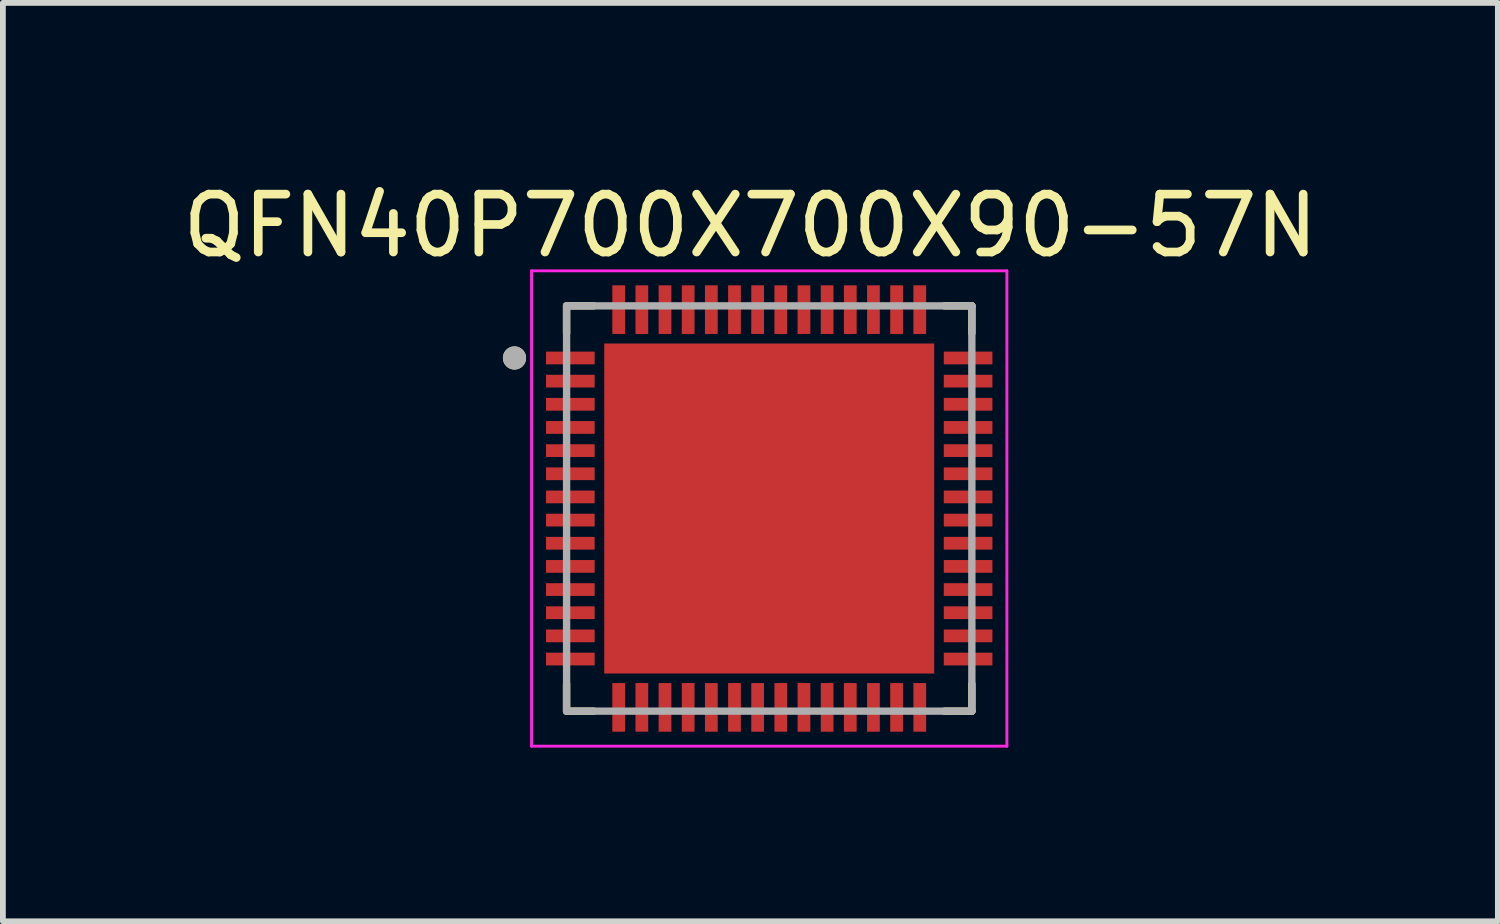
<source format=kicad_pcb>
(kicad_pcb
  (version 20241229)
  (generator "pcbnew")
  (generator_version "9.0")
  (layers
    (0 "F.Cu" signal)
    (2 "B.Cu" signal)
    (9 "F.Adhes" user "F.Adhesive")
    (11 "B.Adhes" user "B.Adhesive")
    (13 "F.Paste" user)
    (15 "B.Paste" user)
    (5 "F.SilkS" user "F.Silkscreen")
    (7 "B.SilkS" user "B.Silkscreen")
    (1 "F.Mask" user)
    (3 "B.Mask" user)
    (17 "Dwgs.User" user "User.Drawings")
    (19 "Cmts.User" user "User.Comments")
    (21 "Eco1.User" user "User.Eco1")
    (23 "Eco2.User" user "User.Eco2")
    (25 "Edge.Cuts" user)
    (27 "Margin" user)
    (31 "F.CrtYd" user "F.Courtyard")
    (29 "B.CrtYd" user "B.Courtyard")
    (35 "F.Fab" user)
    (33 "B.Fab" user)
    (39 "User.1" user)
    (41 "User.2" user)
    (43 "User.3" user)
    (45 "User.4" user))
  (footprint "QFN40P700X700X90-57N"
    (layer "F.Cu")
    (at 10.236 5.733)
    (property "Reference" "QFN40P700X700X90-57N" (at -0.325 -4.885 0) (layer "F.SilkS") (effects (font (size 1 1) (thickness 0.15))))
    (attr smd)
    (fp_poly (pts (xy -3.905 -2.76) (xy -2.965 -2.76) (xy -2.965 -2.44) (xy -3.905 -2.44)) (stroke (width 0.01) (type solid)) (fill yes) (layer "F.Mask"))
    (fp_poly (pts (xy -3.905 -2.36) (xy -2.965 -2.36) (xy -2.965 -2.04) (xy -3.905 -2.04)) (stroke (width 0.01) (type solid)) (fill yes) (layer "F.Mask"))
    (fp_poly (pts (xy -3.905 -1.96) (xy -2.965 -1.96) (xy -2.965 -1.64) (xy -3.905 -1.64)) (stroke (width 0.01) (type solid)) (fill yes) (layer "F.Mask"))
    (fp_poly (pts (xy -3.905 -1.56) (xy -2.965 -1.56) (xy -2.965 -1.24) (xy -3.905 -1.24)) (stroke (width 0.01) (type solid)) (fill yes) (layer "F.Mask"))
    (fp_poly (pts (xy -3.905 -1.16) (xy -2.965 -1.16) (xy -2.965 -0.84) (xy -3.905 -0.84)) (stroke (width 0.01) (type solid)) (fill yes) (layer "F.Mask"))
    (fp_poly (pts (xy -3.905 -0.76) (xy -2.965 -0.76) (xy -2.965 -0.44) (xy -3.905 -0.44)) (stroke (width 0.01) (type solid)) (fill yes) (layer "F.Mask"))
    (fp_poly (pts (xy -3.905 -0.36) (xy -2.965 -0.36) (xy -2.965 -0.04) (xy -3.905 -0.04)) (stroke (width 0.01) (type solid)) (fill yes) (layer "F.Mask"))
    (fp_poly (pts (xy -3.905 0.04) (xy -2.965 0.04) (xy -2.965 0.36) (xy -3.905 0.36)) (stroke (width 0.01) (type solid)) (fill yes) (layer "F.Mask"))
    (fp_poly (pts (xy -3.905 0.44) (xy -2.965 0.44) (xy -2.965 0.76) (xy -3.905 0.76)) (stroke (width 0.01) (type solid)) (fill yes) (layer "F.Mask"))
    (fp_poly (pts (xy -3.905 0.84) (xy -2.965 0.84) (xy -2.965 1.16) (xy -3.905 1.16)) (stroke (width 0.01) (type solid)) (fill yes) (layer "F.Mask"))
    (fp_poly (pts (xy -3.905 1.24) (xy -2.965 1.24) (xy -2.965 1.56) (xy -3.905 1.56)) (stroke (width 0.01) (type solid)) (fill yes) (layer "F.Mask"))
    (fp_poly (pts (xy -3.905 1.64) (xy -2.965 1.64) (xy -2.965 1.96) (xy -3.905 1.96)) (stroke (width 0.01) (type solid)) (fill yes) (layer "F.Mask"))
    (fp_poly (pts (xy -3.905 2.04) (xy -2.965 2.04) (xy -2.965 2.36) (xy -3.905 2.36)) (stroke (width 0.01) (type solid)) (fill yes) (layer "F.Mask"))
    (fp_poly (pts (xy -3.905 2.44) (xy -2.965 2.44) (xy -2.965 2.76) (xy -3.905 2.76)) (stroke (width 0.01) (type solid)) (fill yes) (layer "F.Mask"))
    (fp_poly (pts (xy -2.9 -2.9) (xy 2.9 -2.9) (xy 2.9 2.9) (xy -2.9 2.9)) (stroke (width 0.01) (type solid)) (fill yes) (layer "F.Mask"))
    (fp_poly (pts (xy -2.76 -3.905) (xy -2.44 -3.905) (xy -2.44 -2.965) (xy -2.76 -2.965)) (stroke (width 0.01) (type solid)) (fill yes) (layer "F.Mask"))
    (fp_poly (pts (xy -2.76 2.965) (xy -2.44 2.965) (xy -2.44 3.905) (xy -2.76 3.905)) (stroke (width 0.01) (type solid)) (fill yes) (layer "F.Mask"))
    (fp_poly (pts (xy -2.36 -3.905) (xy -2.04 -3.905) (xy -2.04 -2.965) (xy -2.36 -2.965)) (stroke (width 0.01) (type solid)) (fill yes) (layer "F.Mask"))
    (fp_poly (pts (xy -2.36 2.965) (xy -2.04 2.965) (xy -2.04 3.905) (xy -2.36 3.905)) (stroke (width 0.01) (type solid)) (fill yes) (layer "F.Mask"))
    (fp_poly (pts (xy -1.96 -3.905) (xy -1.64 -3.905) (xy -1.64 -2.965) (xy -1.96 -2.965)) (stroke (width 0.01) (type solid)) (fill yes) (layer "F.Mask"))
    (fp_poly (pts (xy -1.96 2.965) (xy -1.64 2.965) (xy -1.64 3.905) (xy -1.96 3.905)) (stroke (width 0.01) (type solid)) (fill yes) (layer "F.Mask"))
    (fp_poly (pts (xy -1.56 -3.905) (xy -1.24 -3.905) (xy -1.24 -2.965) (xy -1.56 -2.965)) (stroke (width 0.01) (type solid)) (fill yes) (layer "F.Mask"))
    (fp_poly (pts (xy -1.56 2.965) (xy -1.24 2.965) (xy -1.24 3.905) (xy -1.56 3.905)) (stroke (width 0.01) (type solid)) (fill yes) (layer "F.Mask"))
    (fp_poly (pts (xy -1.16 -3.905) (xy -0.84 -3.905) (xy -0.84 -2.965) (xy -1.16 -2.965)) (stroke (width 0.01) (type solid)) (fill yes) (layer "F.Mask"))
    (fp_poly (pts (xy -1.16 2.965) (xy -0.84 2.965) (xy -0.84 3.905) (xy -1.16 3.905)) (stroke (width 0.01) (type solid)) (fill yes) (layer "F.Mask"))
    (fp_poly (pts (xy -0.76 -3.905) (xy -0.44 -3.905) (xy -0.44 -2.965) (xy -0.76 -2.965)) (stroke (width 0.01) (type solid)) (fill yes) (layer "F.Mask"))
    (fp_poly (pts (xy -0.76 2.965) (xy -0.44 2.965) (xy -0.44 3.905) (xy -0.76 3.905)) (stroke (width 0.01) (type solid)) (fill yes) (layer "F.Mask"))
    (fp_poly (pts (xy -0.36 -3.905) (xy -0.04 -3.905) (xy -0.04 -2.965) (xy -0.36 -2.965)) (stroke (width 0.01) (type solid)) (fill yes) (layer "F.Mask"))
    (fp_poly (pts (xy -0.36 2.965) (xy -0.04 2.965) (xy -0.04 3.905) (xy -0.36 3.905)) (stroke (width 0.01) (type solid)) (fill yes) (layer "F.Mask"))
    (fp_poly (pts (xy 0.04 -3.905) (xy 0.36 -3.905) (xy 0.36 -2.965) (xy 0.04 -2.965)) (stroke (width 0.01) (type solid)) (fill yes) (layer "F.Mask"))
    (fp_poly (pts (xy 0.04 2.965) (xy 0.36 2.965) (xy 0.36 3.905) (xy 0.04 3.905)) (stroke (width 0.01) (type solid)) (fill yes) (layer "F.Mask"))
    (fp_poly (pts (xy 0.44 -3.905) (xy 0.76 -3.905) (xy 0.76 -2.965) (xy 0.44 -2.965)) (stroke (width 0.01) (type solid)) (fill yes) (layer "F.Mask"))
    (fp_poly (pts (xy 0.44 2.965) (xy 0.76 2.965) (xy 0.76 3.905) (xy 0.44 3.905)) (stroke (width 0.01) (type solid)) (fill yes) (layer "F.Mask"))
    (fp_poly (pts (xy 0.84 -3.905) (xy 1.16 -3.905) (xy 1.16 -2.965) (xy 0.84 -2.965)) (stroke (width 0.01) (type solid)) (fill yes) (layer "F.Mask"))
    (fp_poly (pts (xy 0.84 2.965) (xy 1.16 2.965) (xy 1.16 3.905) (xy 0.84 3.905)) (stroke (width 0.01) (type solid)) (fill yes) (layer "F.Mask"))
    (fp_poly (pts (xy 1.24 -3.905) (xy 1.56 -3.905) (xy 1.56 -2.965) (xy 1.24 -2.965)) (stroke (width 0.01) (type solid)) (fill yes) (layer "F.Mask"))
    (fp_poly (pts (xy 1.24 2.965) (xy 1.56 2.965) (xy 1.56 3.905) (xy 1.24 3.905)) (stroke (width 0.01) (type solid)) (fill yes) (layer "F.Mask"))
    (fp_poly (pts (xy 1.64 -3.905) (xy 1.96 -3.905) (xy 1.96 -2.965) (xy 1.64 -2.965)) (stroke (width 0.01) (type solid)) (fill yes) (layer "F.Mask"))
    (fp_poly (pts (xy 1.64 2.965) (xy 1.96 2.965) (xy 1.96 3.905) (xy 1.64 3.905)) (stroke (width 0.01) (type solid)) (fill yes) (layer "F.Mask"))
    (fp_poly (pts (xy 2.04 -3.905) (xy 2.36 -3.905) (xy 2.36 -2.965) (xy 2.04 -2.965)) (stroke (width 0.01) (type solid)) (fill yes) (layer "F.Mask"))
    (fp_poly (pts (xy 2.04 2.965) (xy 2.36 2.965) (xy 2.36 3.905) (xy 2.04 3.905)) (stroke (width 0.01) (type solid)) (fill yes) (layer "F.Mask"))
    (fp_poly (pts (xy 2.44 -3.905) (xy 2.76 -3.905) (xy 2.76 -2.965) (xy 2.44 -2.965)) (stroke (width 0.01) (type solid)) (fill yes) (layer "F.Mask"))
    (fp_poly (pts (xy 2.44 2.965) (xy 2.76 2.965) (xy 2.76 3.905) (xy 2.44 3.905)) (stroke (width 0.01) (type solid)) (fill yes) (layer "F.Mask"))
    (fp_poly (pts (xy 2.965 -2.76) (xy 3.905 -2.76) (xy 3.905 -2.44) (xy 2.965 -2.44)) (stroke (width 0.01) (type solid)) (fill yes) (layer "F.Mask"))
    (fp_poly (pts (xy 2.965 -2.36) (xy 3.905 -2.36) (xy 3.905 -2.04) (xy 2.965 -2.04)) (stroke (width 0.01) (type solid)) (fill yes) (layer "F.Mask"))
    (fp_poly (pts (xy 2.965 -1.96) (xy 3.905 -1.96) (xy 3.905 -1.64) (xy 2.965 -1.64)) (stroke (width 0.01) (type solid)) (fill yes) (layer "F.Mask"))
    (fp_poly (pts (xy 2.965 -1.56) (xy 3.905 -1.56) (xy 3.905 -1.24) (xy 2.965 -1.24)) (stroke (width 0.01) (type solid)) (fill yes) (layer "F.Mask"))
    (fp_poly (pts (xy 2.965 -1.16) (xy 3.905 -1.16) (xy 3.905 -0.84) (xy 2.965 -0.84)) (stroke (width 0.01) (type solid)) (fill yes) (layer "F.Mask"))
    (fp_poly (pts (xy 2.965 -0.76) (xy 3.905 -0.76) (xy 3.905 -0.44) (xy 2.965 -0.44)) (stroke (width 0.01) (type solid)) (fill yes) (layer "F.Mask"))
    (fp_poly (pts (xy 2.965 -0.36) (xy 3.905 -0.36) (xy 3.905 -0.04) (xy 2.965 -0.04)) (stroke (width 0.01) (type solid)) (fill yes) (layer "F.Mask"))
    (fp_poly (pts (xy 2.965 0.04) (xy 3.905 0.04) (xy 3.905 0.36) (xy 2.965 0.36)) (stroke (width 0.01) (type solid)) (fill yes) (layer "F.Mask"))
    (fp_poly (pts (xy 2.965 0.44) (xy 3.905 0.44) (xy 3.905 0.76) (xy 2.965 0.76)) (stroke (width 0.01) (type solid)) (fill yes) (layer "F.Mask"))
    (fp_poly (pts (xy 2.965 0.84) (xy 3.905 0.84) (xy 3.905 1.16) (xy 2.965 1.16)) (stroke (width 0.01) (type solid)) (fill yes) (layer "F.Mask"))
    (fp_poly (pts (xy 2.965 1.24) (xy 3.905 1.24) (xy 3.905 1.56) (xy 2.965 1.56)) (stroke (width 0.01) (type solid)) (fill yes) (layer "F.Mask"))
    (fp_poly (pts (xy 2.965 1.64) (xy 3.905 1.64) (xy 3.905 1.96) (xy 2.965 1.96)) (stroke (width 0.01) (type solid)) (fill yes) (layer "F.Mask"))
    (fp_poly (pts (xy 2.965 2.04) (xy 3.905 2.04) (xy 3.905 2.36) (xy 2.965 2.36)) (stroke (width 0.01) (type solid)) (fill yes) (layer "F.Mask"))
    (fp_poly (pts (xy 2.965 2.44) (xy 3.905 2.44) (xy 3.905 2.76) (xy 2.965 2.76)) (stroke (width 0.01) (type solid)) (fill yes) (layer "F.Mask"))
    (fp_line (start -3.5 -3.5) (end -3.5 -3.03) (stroke (width 0.127) (type solid)) (layer "F.SilkS"))
    (fp_line (start -3.5 -3.5) (end -3.03 -3.5) (stroke (width 0.127) (type solid)) (layer "F.SilkS"))
    (fp_line (start -3.5 3.5) (end -3.5 3.03) (stroke (width 0.127) (type solid)) (layer "F.SilkS"))
    (fp_line (start -3.5 3.5) (end -3.03 3.5) (stroke (width 0.127) (type solid)) (layer "F.SilkS"))
    (fp_line (start 3.5 -3.5) (end 3.03 -3.5) (stroke (width 0.127) (type solid)) (layer "F.SilkS"))
    (fp_line (start 3.5 -3.5) (end 3.5 -3.03) (stroke (width 0.127) (type solid)) (layer "F.SilkS"))
    (fp_line (start 3.5 3.5) (end 3.03 3.5) (stroke (width 0.127) (type solid)) (layer "F.SilkS"))
    (fp_line (start 3.5 3.5) (end 3.5 3.03) (stroke (width 0.127) (type solid)) (layer "F.SilkS"))
    (fp_circle (center -4.4 -2.6) (end -4.3 -2.6) (stroke (width 0.2) (type solid)) (fill no) (layer "F.SilkS"))
    (fp_poly (pts (xy -2.325 -2.325) (xy -0.525 -2.325) (xy -0.525 -0.525) (xy -2.325 -0.525)) (stroke (width 0.01) (type solid)) (fill yes) (layer "F.Paste"))
    (fp_poly (pts (xy -2.325 0.525) (xy -0.525 0.525) (xy -0.525 2.325) (xy -2.325 2.325)) (stroke (width 0.01) (type solid)) (fill yes) (layer "F.Paste"))
    (fp_poly (pts (xy 0.525 -2.325) (xy 2.325 -2.325) (xy 2.325 -0.525) (xy 0.525 -0.525)) (stroke (width 0.01) (type solid)) (fill yes) (layer "F.Paste"))
    (fp_poly (pts (xy 0.525 0.525) (xy 2.325 0.525) (xy 2.325 2.325) (xy 0.525 2.325)) (stroke (width 0.01) (type solid)) (fill yes) (layer "F.Paste"))
    (fp_line (start -4.105 -4.105) (end 4.105 -4.105) (stroke (width 0.05) (type solid)) (layer "F.CrtYd"))
    (fp_line (start -4.105 4.105) (end -4.105 -4.105) (stroke (width 0.05) (type solid)) (layer "F.CrtYd"))
    (fp_line (start 4.105 -4.105) (end 4.105 4.105) (stroke (width 0.05) (type solid)) (layer "F.CrtYd"))
    (fp_line (start 4.105 4.105) (end -4.105 4.105) (stroke (width 0.05) (type solid)) (layer "F.CrtYd"))
    (fp_line (start -3.5 -3.5) (end -3.5 3.5) (stroke (width 0.127) (type solid)) (layer "F.Fab"))
    (fp_line (start -3.5 3.5) (end 3.5 3.5) (stroke (width 0.127) (type solid)) (layer "F.Fab"))
    (fp_line (start 3.5 -3.5) (end -3.5 -3.5) (stroke (width 0.127) (type solid)) (layer "F.Fab"))
    (fp_line (start 3.5 3.5) (end 3.5 -3.5) (stroke (width 0.127) (type solid)) (layer "F.Fab"))
    (fp_circle (center -4.4 -2.6) (end -4.3 -2.6) (stroke (width 0.2) (type solid)) (fill no) (layer "F.Fab"))
    (pad "1" smd rect (at -3.435 -2.6) (size 0.84 0.22) (layers "F.Cu" "F.Paste"))
    (pad "2" smd rect (at -3.435 -2.2) (size 0.84 0.22) (layers "F.Cu" "F.Paste"))
    (pad "3" smd rect (at -3.435 -1.8) (size 0.84 0.22) (layers "F.Cu" "F.Paste"))
    (pad "4" smd rect (at -3.435 -1.4) (size 0.84 0.22) (layers "F.Cu" "F.Paste"))
    (pad "5" smd rect (at -3.435 -1) (size 0.84 0.22) (layers "F.Cu" "F.Paste"))
    (pad "6" smd rect (at -3.435 -0.6) (size 0.84 0.22) (layers "F.Cu" "F.Paste"))
    (pad "7" smd rect (at -3.435 -0.2) (size 0.84 0.22) (layers "F.Cu" "F.Paste"))
    (pad "8" smd rect (at -3.435 0.2) (size 0.84 0.22) (layers "F.Cu" "F.Paste"))
    (pad "9" smd rect (at -3.435 0.6) (size 0.84 0.22) (layers "F.Cu" "F.Paste"))
    (pad "10" smd rect (at -3.435 1) (size 0.84 0.22) (layers "F.Cu" "F.Paste"))
    (pad "11" smd rect (at -3.435 1.4) (size 0.84 0.22) (layers "F.Cu" "F.Paste"))
    (pad "12" smd rect (at -3.435 1.8) (size 0.84 0.22) (layers "F.Cu" "F.Paste"))
    (pad "13" smd rect (at -3.435 2.2) (size 0.84 0.22) (layers "F.Cu" "F.Paste"))
    (pad "14" smd rect (at -3.435 2.6) (size 0.84 0.22) (layers "F.Cu" "F.Paste"))
    (pad "15" smd rect (at -2.6 3.435) (size 0.22 0.84) (layers "F.Cu" "F.Paste"))
    (pad "16" smd rect (at -2.2 3.435) (size 0.22 0.84) (layers "F.Cu" "F.Paste"))
    (pad "17" smd rect (at -1.8 3.435) (size 0.22 0.84) (layers "F.Cu" "F.Paste"))
    (pad "18" smd rect (at -1.4 3.435) (size 0.22 0.84) (layers "F.Cu" "F.Paste"))
    (pad "19" smd rect (at -1 3.435) (size 0.22 0.84) (layers "F.Cu" "F.Paste"))
    (pad "20" smd rect (at -0.6 3.435) (size 0.22 0.84) (layers "F.Cu" "F.Paste"))
    (pad "21" smd rect (at -0.2 3.435) (size 0.22 0.84) (layers "F.Cu" "F.Paste"))
    (pad "22" smd rect (at 0.2 3.435) (size 0.22 0.84) (layers "F.Cu" "F.Paste"))
    (pad "23" smd rect (at 0.6 3.435) (size 0.22 0.84) (layers "F.Cu" "F.Paste"))
    (pad "24" smd rect (at 1 3.435) (size 0.22 0.84) (layers "F.Cu" "F.Paste"))
    (pad "25" smd rect (at 1.4 3.435) (size 0.22 0.84) (layers "F.Cu" "F.Paste"))
    (pad "26" smd rect (at 1.8 3.435) (size 0.22 0.84) (layers "F.Cu" "F.Paste"))
    (pad "27" smd rect (at 2.2 3.435) (size 0.22 0.84) (layers "F.Cu" "F.Paste"))
    (pad "28" smd rect (at 2.6 3.435) (size 0.22 0.84) (layers "F.Cu" "F.Paste"))
    (pad "29" smd rect (at 3.435 2.6) (size 0.84 0.22) (layers "F.Cu" "F.Paste"))
    (pad "30" smd rect (at 3.435 2.2) (size 0.84 0.22) (layers "F.Cu" "F.Paste"))
    (pad "31" smd rect (at 3.435 1.8) (size 0.84 0.22) (layers "F.Cu" "F.Paste"))
    (pad "32" smd rect (at 3.435 1.4) (size 0.84 0.22) (layers "F.Cu" "F.Paste"))
    (pad "33" smd rect (at 3.435 1) (size 0.84 0.22) (layers "F.Cu" "F.Paste"))
    (pad "34" smd rect (at 3.435 0.6) (size 0.84 0.22) (layers "F.Cu" "F.Paste"))
    (pad "35" smd rect (at 3.435 0.2) (size 0.84 0.22) (layers "F.Cu" "F.Paste"))
    (pad "36" smd rect (at 3.435 -0.2) (size 0.84 0.22) (layers "F.Cu" "F.Paste"))
    (pad "37" smd rect (at 3.435 -0.6) (size 0.84 0.22) (layers "F.Cu" "F.Paste"))
    (pad "38" smd rect (at 3.435 -1) (size 0.84 0.22) (layers "F.Cu" "F.Paste"))
    (pad "39" smd rect (at 3.435 -1.4) (size 0.84 0.22) (layers "F.Cu" "F.Paste"))
    (pad "40" smd rect (at 3.435 -1.8) (size 0.84 0.22) (layers "F.Cu" "F.Paste"))
    (pad "41" smd rect (at 3.435 -2.2) (size 0.84 0.22) (layers "F.Cu" "F.Paste"))
    (pad "42" smd rect (at 3.435 -2.6) (size 0.84 0.22) (layers "F.Cu" "F.Paste"))
    (pad "43" smd rect (at 2.6 -3.435) (size 0.22 0.84) (layers "F.Cu" "F.Paste"))
    (pad "44" smd rect (at 2.2 -3.435) (size 0.22 0.84) (layers "F.Cu" "F.Paste"))
    (pad "45" smd rect (at 1.8 -3.435) (size 0.22 0.84) (layers "F.Cu" "F.Paste"))
    (pad "46" smd rect (at 1.4 -3.435) (size 0.22 0.84) (layers "F.Cu" "F.Paste"))
    (pad "47" smd rect (at 1 -3.435) (size 0.22 0.84) (layers "F.Cu" "F.Paste"))
    (pad "48" smd rect (at 0.6 -3.435) (size 0.22 0.84) (layers "F.Cu" "F.Paste"))
    (pad "49" smd rect (at 0.2 -3.435) (size 0.22 0.84) (layers "F.Cu" "F.Paste"))
    (pad "50" smd rect (at -0.2 -3.435) (size 0.22 0.84) (layers "F.Cu" "F.Paste"))
    (pad "51" smd rect (at -0.6 -3.435) (size 0.22 0.84) (layers "F.Cu" "F.Paste"))
    (pad "52" smd rect (at -1 -3.435) (size 0.22 0.84) (layers "F.Cu" "F.Paste"))
    (pad "53" smd rect (at -1.4 -3.435) (size 0.22 0.84) (layers "F.Cu" "F.Paste"))
    (pad "54" smd rect (at -1.8 -3.435) (size 0.22 0.84) (layers "F.Cu" "F.Paste"))
    (pad "55" smd rect (at -2.2 -3.435) (size 0.22 0.84) (layers "F.Cu" "F.Paste"))
    (pad "56" smd rect (at -2.6 -3.435) (size 0.22 0.84) (layers "F.Cu" "F.Paste"))
    (pad "57" smd rect (at 0 0) (size 5.7 5.7) (layers "F.Cu")))
  (gr_rect
    (start -3 -3)
    (end 22.821 12.863)
    (stroke (width 0.1) (type default))
    (fill no)
    (layer "Edge.Cuts")))
</source>
